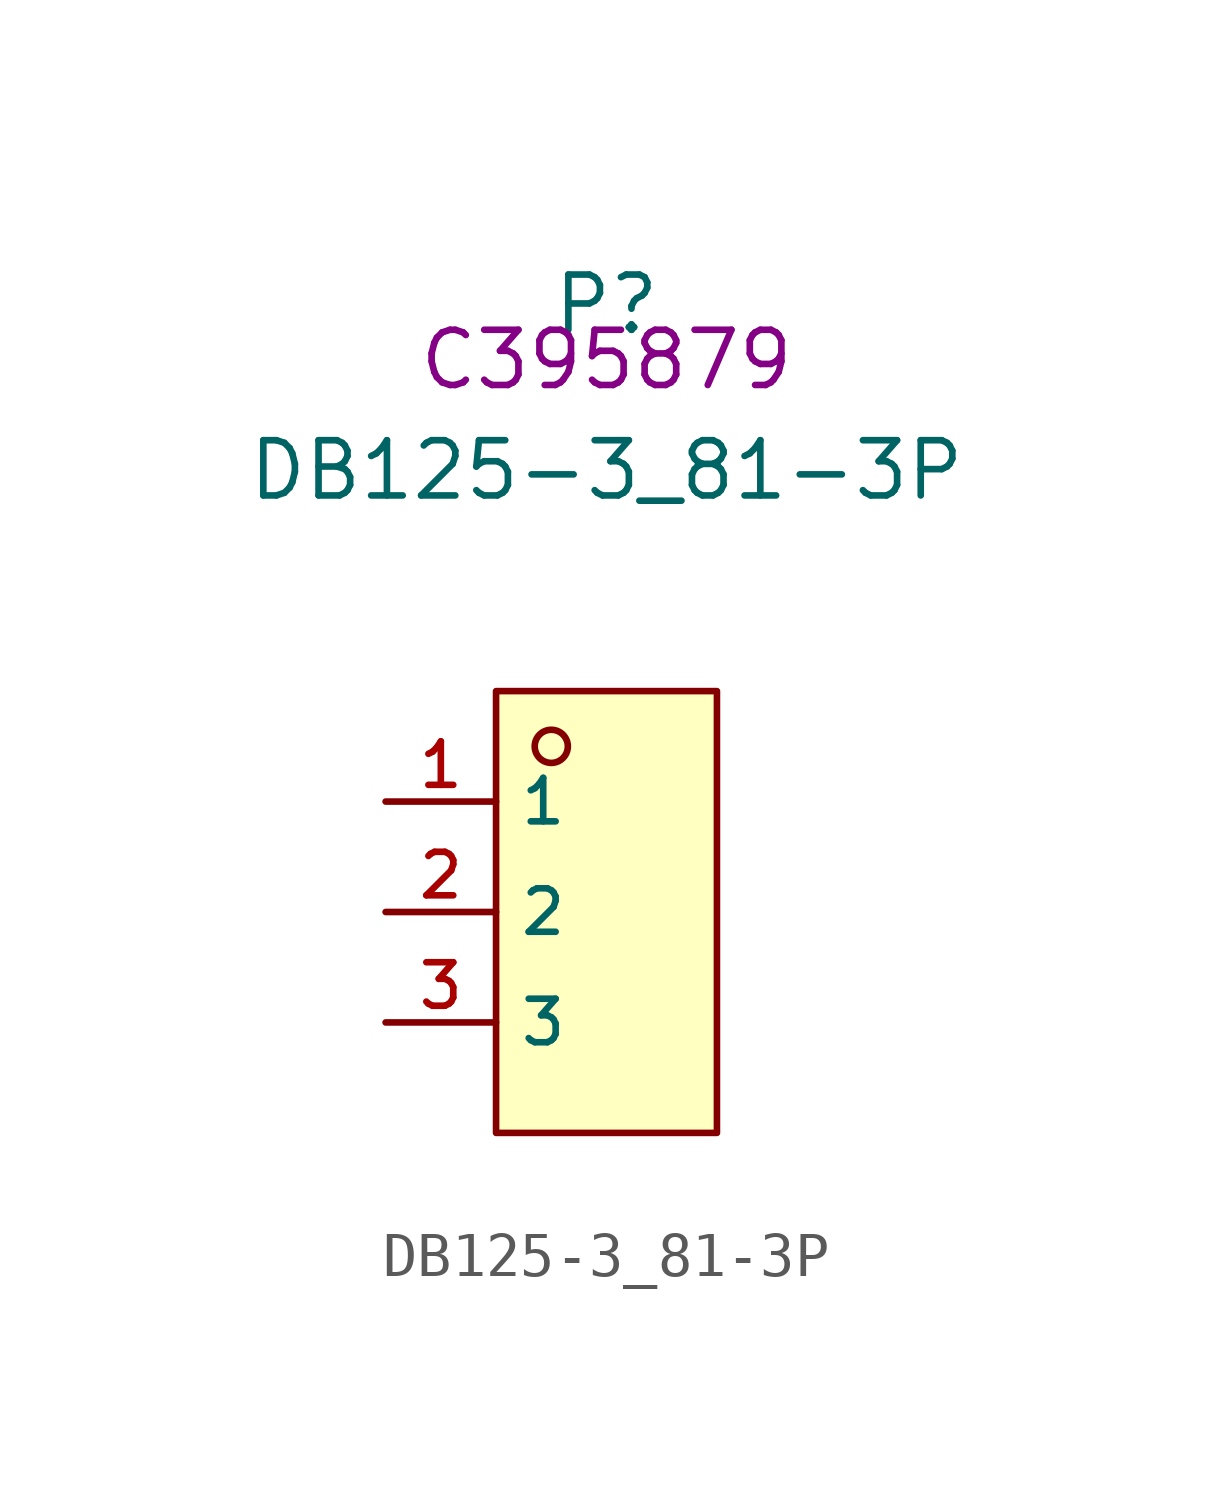
<source format=kicad_sym>
(kicad_symbol_lib
  (version 20210201)
  (generator TousstNicolas/JLC2KiCad_lib)
  (symbol "DB125-3_81-3P"
    (property "Reference" "P"
      (at 0 1.27 0)
      (effects (font (size 1.27 1.27))))
    (property "Value" "DB125-3_81-3P"
      (at 0 -2.54 0)
      (effects (font (size 1.27 1.27))))
    (property "LCSC" "C395879"
      (at 0 0 0)
      (effects (font (size 1.27 1.27))))
    (symbol "DB125-3_81-3P_0_0"
      (rectangle (start -2.54 -7.62) (end 2.54 -17.78) (stroke (width 0) (type default) (color 0 0 0 0)) (fill (type background)))
      (circle (center -1.27 -8.89) (radius 0.381) (stroke (width 0) (type default) (color 0 0 0 0)) (fill (type background)))
      (pin unspecified line (at -5.08 -10.16 0) (length 2.54) (name "1" (effects (font (size 1 1)))) (number "1" (effects (font (size 1 1)))))
      (pin unspecified line (at -5.08 -12.7 0) (length 2.54) (name "2" (effects (font (size 1 1)))) (number "2" (effects (font (size 1 1)))))
      (pin unspecified line (at -5.08 -15.24 0) (length 2.54) (name "3" (effects (font (size 1 1)))) (number "3" (effects (font (size 1 1))))))))
</source>
